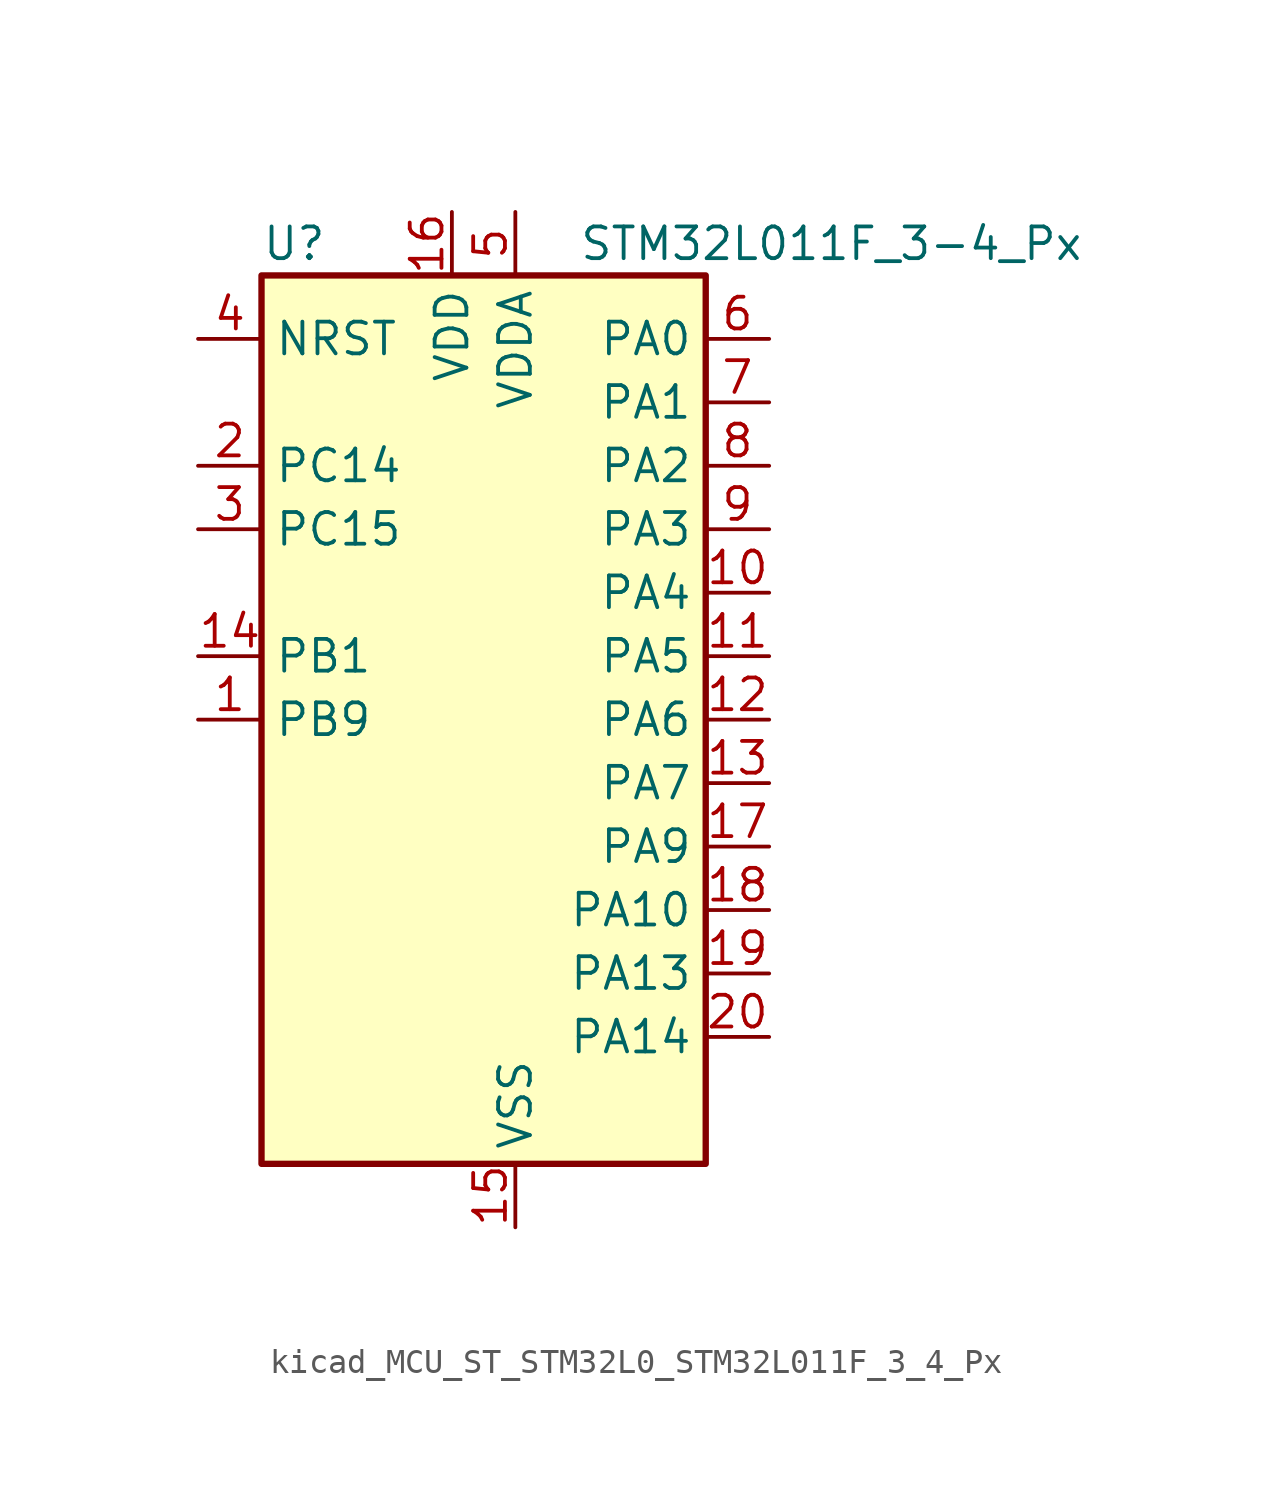
<source format=kicad_sym>
(kicad_symbol_lib
  (version 20220914)
  (generator kicad_symbol_editor)
  (symbol "kicad_MCU_ST_STM32L0_STM32L011F_3_4_Px"
    (property "Reference" "U"
      (at -7.62 19.05 0)
      (effects (font (size 1.27 1.27)) (justify left)))
    (property "Value" "STM32L011F_3-4_Px"
      (at 5.08 19.05 0)
      (effects (font (size 1.27 1.27)) (justify left)))
    (property "ki_locked" ""
      (at 0 0 0)
      (effects (font (size 1.27 1.27))))
    (symbol "kicad_MCU_ST_STM32L0_STM32L011F_3_4_Px_0_1"
      (rectangle (start -7.62 -17.78) (end 10.16 17.78) (stroke (width 0.254) (type default)) (fill (type background))))
    (symbol "kicad_MCU_ST_STM32L0_STM32L011F_3_4_Px_1_1"
      (pin bidirectional line (at -10.16 0 0) (length 2.54) (name "PB9" (effects (font (size 1.27 1.27)))) (number "1" (effects (font (size 1.27 1.27)))))
      (pin bidirectional line (at 12.7 5.08 180) (length 2.54) (name "PA4" (effects (font (size 1.27 1.27)))) (number "10" (effects (font (size 1.27 1.27)))) (alternate "ADC_IN4" bidirectional line) (alternate "COMP1_INM" bidirectional line) (alternate "COMP2_INM" bidirectional line) (alternate "COMP2_OUT" bidirectional line) (alternate "I2C1_SCL" bidirectional line) (alternate "LPTIM1_ETR" bidirectional line) (alternate "LPTIM1_IN1" bidirectional line) (alternate "LPUART1_TX" bidirectional line) (alternate "SPI1_NSS" bidirectional line) (alternate "TIM2_ETR" bidirectional line) (alternate "USART2_CK" bidirectional line))
      (pin bidirectional line (at 12.7 2.54 180) (length 2.54) (name "PA5" (effects (font (size 1.27 1.27)))) (number "11" (effects (font (size 1.27 1.27)))) (alternate "ADC_IN5" bidirectional line) (alternate "COMP1_INM" bidirectional line) (alternate "COMP2_INM" bidirectional line) (alternate "LPTIM1_IN2" bidirectional line) (alternate "SPI1_SCK" bidirectional line) (alternate "TIM2_CH1" bidirectional line) (alternate "TIM2_ETR" bidirectional line))
      (pin bidirectional line (at 12.7 0 180) (length 2.54) (name "PA6" (effects (font (size 1.27 1.27)))) (number "12" (effects (font (size 1.27 1.27)))) (alternate "ADC_IN6" bidirectional line) (alternate "COMP1_OUT" bidirectional line) (alternate "LPTIM1_ETR" bidirectional line) (alternate "LPUART1_CTS" bidirectional line) (alternate "SPI1_MISO" bidirectional line))
      (pin bidirectional line (at 12.7 -2.54 180) (length 2.54) (name "PA7" (effects (font (size 1.27 1.27)))) (number "13" (effects (font (size 1.27 1.27)))) (alternate "ADC_IN7" bidirectional line) (alternate "COMP2_INP" bidirectional line) (alternate "COMP2_OUT" bidirectional line) (alternate "LPTIM1_OUT" bidirectional line) (alternate "SPI1_MOSI" bidirectional line) (alternate "TIM21_ETR" bidirectional line) (alternate "USART2_CTS" bidirectional line))
      (pin bidirectional line (at -10.16 2.54 0) (length 2.54) (name "PB1" (effects (font (size 1.27 1.27)))) (number "14" (effects (font (size 1.27 1.27)))) (alternate "ADC_IN9" bidirectional line) (alternate "LPTIM1_IN1" bidirectional line) (alternate "LPUART1_DE" bidirectional line) (alternate "LPUART1_RTS" bidirectional line) (alternate "SPI1_MOSI" bidirectional line) (alternate "SYS_VREF_OUT_PB1" bidirectional line) (alternate "TIM2_CH4" bidirectional line) (alternate "USART2_CK" bidirectional line))
      (pin power_in line (at 2.54 -20.32 90) (length 2.54) (name "VSS" (effects (font (size 1.27 1.27)))) (number "15" (effects (font (size 1.27 1.27)))))
      (pin power_in line (at 0 20.32 270) (length 2.54) (name "VDD" (effects (font (size 1.27 1.27)))) (number "16" (effects (font (size 1.27 1.27)))))
      (pin bidirectional line (at 12.7 -5.08 180) (length 2.54) (name "PA9" (effects (font (size 1.27 1.27)))) (number "17" (effects (font (size 1.27 1.27)))) (alternate "COMP1_OUT" bidirectional line) (alternate "I2C1_SCL" bidirectional line) (alternate "LPTIM1_OUT" bidirectional line) (alternate "RCC_MCO" bidirectional line) (alternate "TIM21_CH2" bidirectional line) (alternate "USART2_TX" bidirectional line))
      (pin bidirectional line (at 12.7 -7.62 180) (length 2.54) (name "PA10" (effects (font (size 1.27 1.27)))) (number "18" (effects (font (size 1.27 1.27)))) (alternate "COMP1_OUT" bidirectional line) (alternate "I2C1_SDA" bidirectional line) (alternate "RTC_REFIN" bidirectional line) (alternate "TIM21_CH1" bidirectional line) (alternate "TIM2_CH3" bidirectional line) (alternate "USART2_RX" bidirectional line))
      (pin bidirectional line (at 12.7 -10.16 180) (length 2.54) (name "PA13" (effects (font (size 1.27 1.27)))) (number "19" (effects (font (size 1.27 1.27)))) (alternate "COMP1_OUT" bidirectional line) (alternate "I2C1_SDA" bidirectional line) (alternate "LPTIM1_ETR" bidirectional line) (alternate "LPUART1_RX" bidirectional line) (alternate "SPI1_SCK" bidirectional line) (alternate "SYS_SWDIO" bidirectional line))
      (pin bidirectional line (at -10.16 10.16 0) (length 2.54) (name "PC14" (effects (font (size 1.27 1.27)))) (number "2" (effects (font (size 1.27 1.27)))) (alternate "RCC_OSC32_IN" bidirectional line))
      (pin bidirectional line (at 12.7 -12.7 180) (length 2.54) (name "PA14" (effects (font (size 1.27 1.27)))) (number "20" (effects (font (size 1.27 1.27)))) (alternate "COMP2_OUT" bidirectional line) (alternate "I2C1_SMBA" bidirectional line) (alternate "LPTIM1_OUT" bidirectional line) (alternate "LPUART1_TX" bidirectional line) (alternate "SPI1_MISO" bidirectional line) (alternate "SYS_SWCLK" bidirectional line) (alternate "USART2_TX" bidirectional line))
      (pin bidirectional line (at -10.16 7.62 0) (length 2.54) (name "PC15" (effects (font (size 1.27 1.27)))) (number "3" (effects (font (size 1.27 1.27)))) (alternate "RCC_OSC32_OUT" bidirectional line))
      (pin input line (at -10.16 15.24 0) (length 2.54) (name "NRST" (effects (font (size 1.27 1.27)))) (number "4" (effects (font (size 1.27 1.27)))))
      (pin power_in line (at 2.54 20.32 270) (length 2.54) (name "VDDA" (effects (font (size 1.27 1.27)))) (number "5" (effects (font (size 1.27 1.27)))))
      (pin bidirectional line (at 12.7 15.24 180) (length 2.54) (name "PA0" (effects (font (size 1.27 1.27)))) (number "6" (effects (font (size 1.27 1.27)))) (alternate "ADC_IN0" bidirectional line) (alternate "COMP1_INM" bidirectional line) (alternate "COMP1_OUT" bidirectional line) (alternate "LPTIM1_IN1" bidirectional line) (alternate "LPUART1_RX" bidirectional line) (alternate "RCC_CK_IN" bidirectional line) (alternate "RTC_TAMP2" bidirectional line) (alternate "SYS_WKUP1" bidirectional line) (alternate "TIM2_CH1" bidirectional line) (alternate "TIM2_ETR" bidirectional line) (alternate "USART2_CTS" bidirectional line) (alternate "USART2_RX" bidirectional line))
      (pin bidirectional line (at 12.7 12.7 180) (length 2.54) (name "PA1" (effects (font (size 1.27 1.27)))) (number "7" (effects (font (size 1.27 1.27)))) (alternate "ADC_IN1" bidirectional line) (alternate "COMP1_INP" bidirectional line) (alternate "I2C1_SMBA" bidirectional line) (alternate "LPTIM1_IN2" bidirectional line) (alternate "LPUART1_TX" bidirectional line) (alternate "TIM21_ETR" bidirectional line) (alternate "TIM2_CH2" bidirectional line) (alternate "USART2_DE" bidirectional line) (alternate "USART2_RTS" bidirectional line))
      (pin bidirectional line (at 12.7 10.16 180) (length 2.54) (name "PA2" (effects (font (size 1.27 1.27)))) (number "8" (effects (font (size 1.27 1.27)))) (alternate "ADC_IN2" bidirectional line) (alternate "COMP2_INM" bidirectional line) (alternate "COMP2_OUT" bidirectional line) (alternate "LPUART1_TX" bidirectional line) (alternate "RTC_OUT_ALARM" bidirectional line) (alternate "RTC_OUT_CALIB" bidirectional line) (alternate "RTC_TAMP3" bidirectional line) (alternate "RTC_TS" bidirectional line) (alternate "SYS_WKUP3" bidirectional line) (alternate "TIM21_CH1" bidirectional line) (alternate "TIM2_CH3" bidirectional line) (alternate "USART2_TX" bidirectional line))
      (pin bidirectional line (at 12.7 7.62 180) (length 2.54) (name "PA3" (effects (font (size 1.27 1.27)))) (number "9" (effects (font (size 1.27 1.27)))) (alternate "ADC_IN3" bidirectional line) (alternate "COMP2_INP" bidirectional line) (alternate "LPUART1_RX" bidirectional line) (alternate "TIM21_CH2" bidirectional line) (alternate "TIM2_CH4" bidirectional line) (alternate "USART2_RX" bidirectional line)))))
</source>
